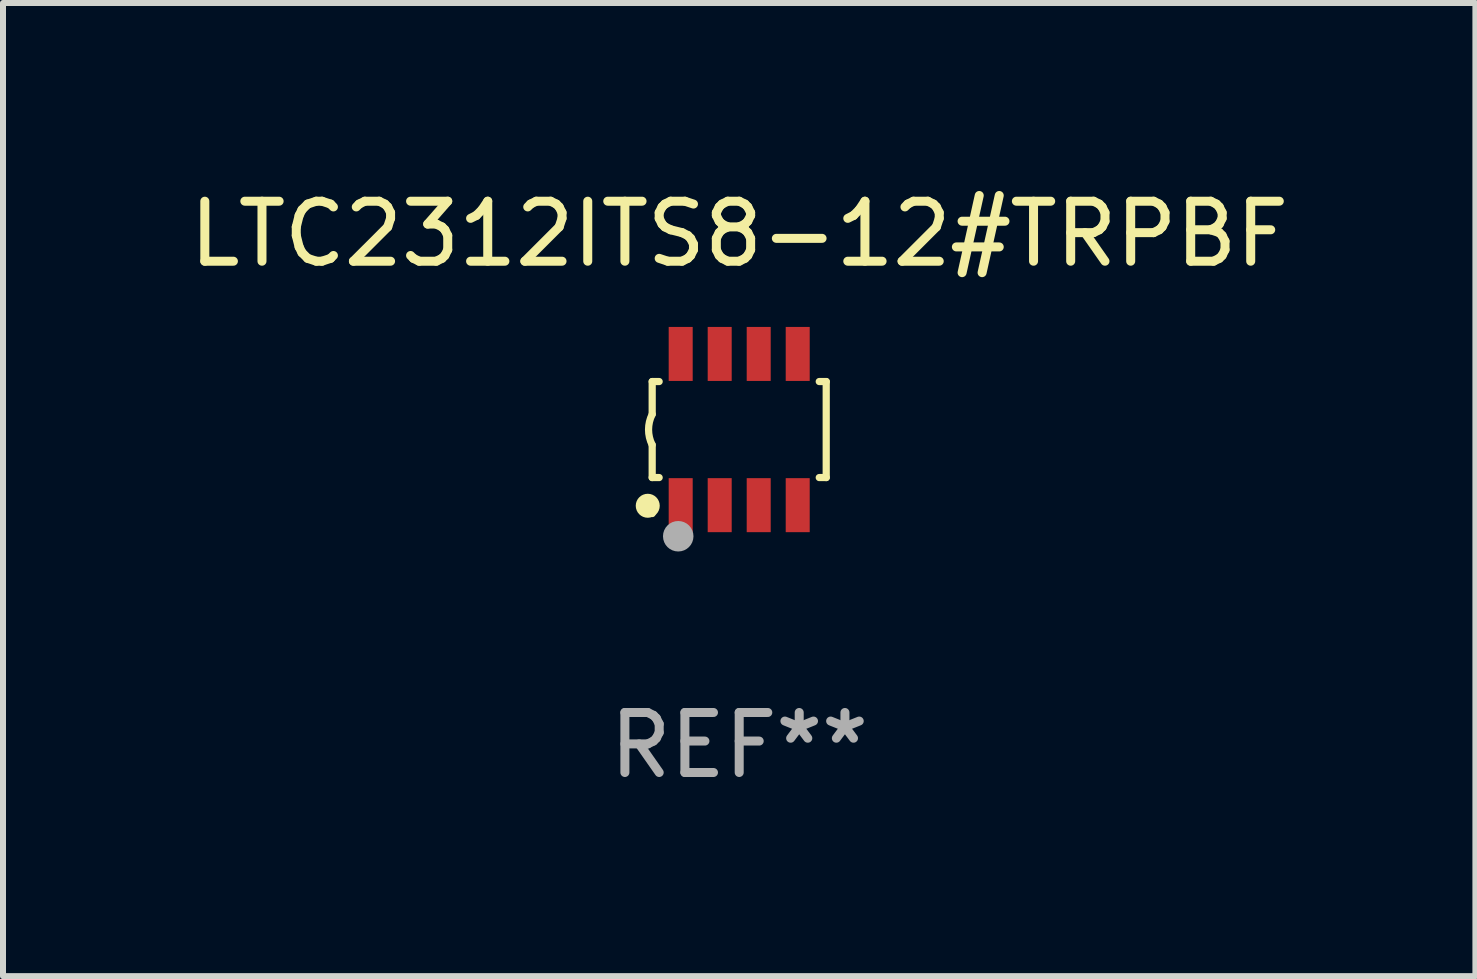
<source format=kicad_pcb>
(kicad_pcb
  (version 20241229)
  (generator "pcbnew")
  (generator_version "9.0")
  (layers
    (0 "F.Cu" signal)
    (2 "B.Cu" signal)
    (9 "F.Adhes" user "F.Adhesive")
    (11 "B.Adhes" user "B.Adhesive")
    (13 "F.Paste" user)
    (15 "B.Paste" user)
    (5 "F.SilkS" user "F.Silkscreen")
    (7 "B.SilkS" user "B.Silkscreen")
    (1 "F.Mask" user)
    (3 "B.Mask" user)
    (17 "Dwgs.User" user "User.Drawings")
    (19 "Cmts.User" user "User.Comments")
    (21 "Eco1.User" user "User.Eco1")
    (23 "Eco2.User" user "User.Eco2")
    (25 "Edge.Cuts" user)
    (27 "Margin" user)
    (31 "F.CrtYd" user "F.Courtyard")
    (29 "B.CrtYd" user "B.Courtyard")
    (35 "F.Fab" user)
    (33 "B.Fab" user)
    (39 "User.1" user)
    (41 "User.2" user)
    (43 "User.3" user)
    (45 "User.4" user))
  (footprint "LTC2312ITS8-12#TRPBF"
    (layer "F.Cu")
    (at 9.268 4.108)
    (property "Reference" "LTC2312ITS8-12#TRPBF" (at 0 -3.26 0) (layer "F.SilkS") (effects (font (size 1 1) (thickness 0.15))))
    (attr through_hole)
    (fp_line (start -1.45 -0.8) (end -1.45 -0.254) (stroke (width 0.12) (type solid)) (layer "F.SilkS"))
    (fp_line (start -1.45 -0.8) (end -1.334 -0.8) (stroke (width 0.12) (type solid)) (layer "F.SilkS"))
    (fp_line (start -1.45 0.8) (end -1.45 0.254) (stroke (width 0.12) (type solid)) (layer "F.SilkS"))
    (fp_line (start -1.45 0.8) (end -1.334 0.8) (stroke (width 0.12) (type solid)) (layer "F.SilkS"))
    (fp_line (start 1.334 -0.8) (end 1.45 -0.8) (stroke (width 0.12) (type solid)) (layer "F.SilkS"))
    (fp_line (start 1.334 0.8) (end 1.45 0.8) (stroke (width 0.12) (type solid)) (layer "F.SilkS"))
    (fp_line (start 1.45 0.8) (end 1.45 -0.8) (stroke (width 0.12) (type solid)) (layer "F.SilkS"))
    (fp_arc (start -1.45075 0.255144) (mid -1.510605 0.000434) (end -1.450013 -0.254102) (stroke (width 0.11999) (type solid)) (layer "F.SilkS"))
    (fp_circle (center -1.524 1.27) (end -1.424 1.27) (stroke (width 0.2) (type solid)) (fill no) (layer "F.SilkS"))
    (fp_circle (center -1.45 1.4) (end -1.42 1.4) (stroke (width 0.06) (type solid)) (fill no) (layer "F.SilkS"))
    (fp_circle (center -1.016 1.778) (end -0.889 1.778) (stroke (width 0.254) (type solid)) (fill no) (layer "F.Fab"))
    (fp_text user "REF**" (at 0 5.26 0) (layer "F.Fab") (effects (font (size 1 1) (thickness 0.15))))
    (pad "1" smd rect (at -0.975 1.26) (size 0.4 0.9) (layers "F.Cu" "F.Mask" "F.Paste"))
    (pad "2" smd rect (at -0.325 1.26) (size 0.4 0.9) (layers "F.Cu" "F.Mask" "F.Paste"))
    (pad "3" smd rect (at 0.325 1.26) (size 0.4 0.9) (layers "F.Cu" "F.Mask" "F.Paste"))
    (pad "4" smd rect (at 0.975 1.26) (size 0.4 0.9) (layers "F.Cu" "F.Mask" "F.Paste"))
    (pad "5" smd rect (at 0.975 -1.26) (size 0.4 0.9) (layers "F.Cu" "F.Mask" "F.Paste"))
    (pad "6" smd rect (at 0.325 -1.26) (size 0.4 0.9) (layers "F.Cu" "F.Mask" "F.Paste"))
    (pad "7" smd rect (at -0.325 -1.26) (size 0.4 0.9) (layers "F.Cu" "F.Mask" "F.Paste"))
    (pad "8" smd rect (at -0.975 -1.26) (size 0.4 0.9) (layers "F.Cu" "F.Mask" "F.Paste")))
  (gr_rect
    (start -3 -3)
    (end 21.536 13.216)
    (stroke (width 0.1) (type default))
    (fill no)
    (layer "Edge.Cuts")))
</source>
